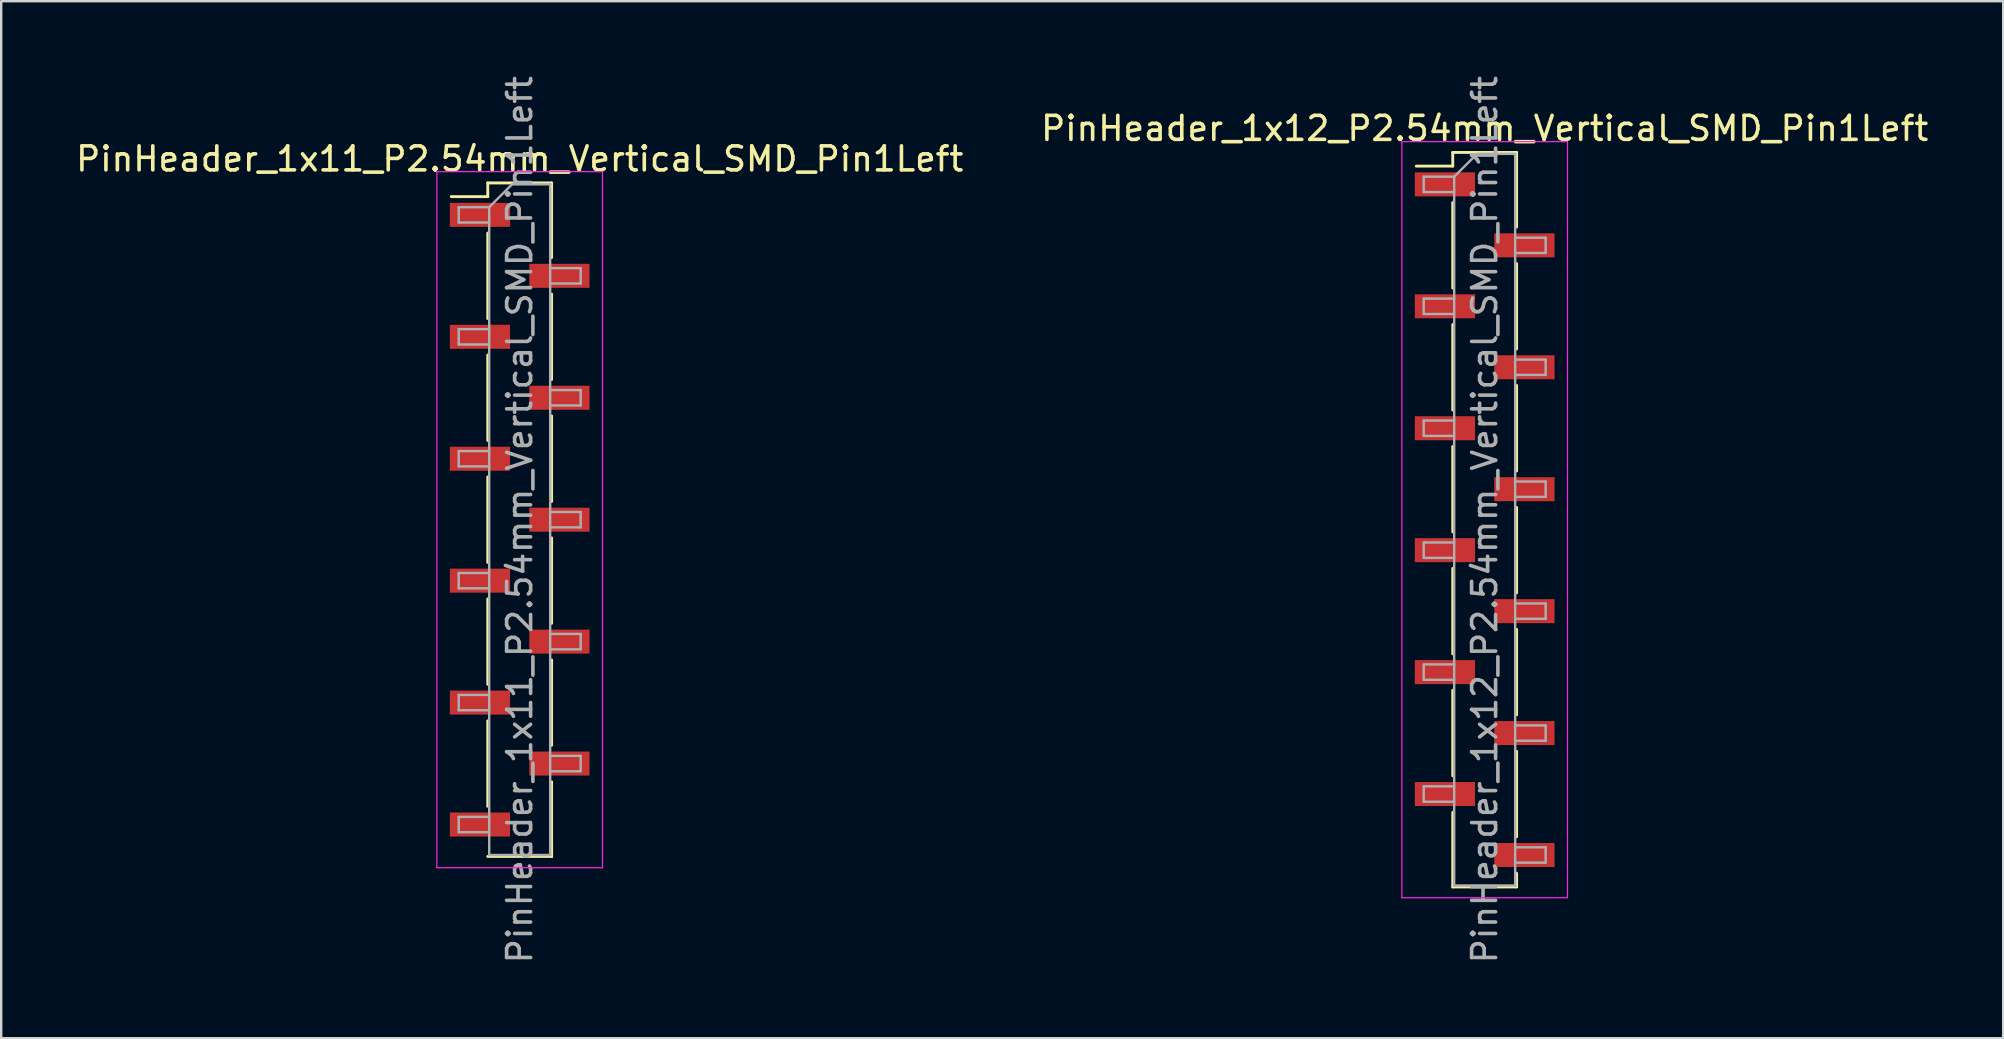
<source format=kicad_pcb>
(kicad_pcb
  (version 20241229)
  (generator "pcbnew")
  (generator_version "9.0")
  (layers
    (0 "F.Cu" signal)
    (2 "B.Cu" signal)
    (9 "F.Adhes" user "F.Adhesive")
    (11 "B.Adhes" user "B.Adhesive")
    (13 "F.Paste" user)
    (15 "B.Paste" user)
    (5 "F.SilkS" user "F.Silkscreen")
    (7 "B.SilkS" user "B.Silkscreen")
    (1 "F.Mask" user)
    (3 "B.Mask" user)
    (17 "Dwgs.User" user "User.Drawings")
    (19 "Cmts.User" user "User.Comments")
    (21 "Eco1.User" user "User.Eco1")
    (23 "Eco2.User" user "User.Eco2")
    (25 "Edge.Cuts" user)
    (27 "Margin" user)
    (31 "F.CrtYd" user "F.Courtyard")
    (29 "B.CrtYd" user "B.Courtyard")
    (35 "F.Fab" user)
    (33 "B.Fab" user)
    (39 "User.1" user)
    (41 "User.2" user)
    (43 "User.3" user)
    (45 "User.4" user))
  (footprint "PinHeader_1x12_P2.54mm_Vertical_SMD_Pin1Left"
    (layer "F.Cu")
    (at 58.804 18.601)
    (property "Reference" "PinHeader_1x12_P2.54mm_Vertical_SMD_Pin1Left" (at 0 -16.3 0) (layer "F.SilkS") (effects (font (size 1 1) (thickness 0.15))))
    (attr smd)
    (fp_line (start -1.33 -15.3) (end -1.33 -14.73) (stroke (width 0.12) (type solid)) (layer "F.SilkS"))
    (fp_line (start -1.33 -15.3) (end 1.33 -15.3) (stroke (width 0.12) (type solid)) (layer "F.SilkS"))
    (fp_line (start -1.33 -14.73) (end -2.85 -14.73) (stroke (width 0.12) (type solid)) (layer "F.SilkS"))
    (fp_line (start -1.33 -13.21) (end -1.33 -9.65) (stroke (width 0.12) (type solid)) (layer "F.SilkS"))
    (fp_line (start -1.33 -8.13) (end -1.33 -4.57) (stroke (width 0.12) (type solid)) (layer "F.SilkS"))
    (fp_line (start -1.33 -3.05) (end -1.33 0.51) (stroke (width 0.12) (type solid)) (layer "F.SilkS"))
    (fp_line (start -1.33 2.03) (end -1.33 5.59) (stroke (width 0.12) (type solid)) (layer "F.SilkS"))
    (fp_line (start -1.33 7.11) (end -1.33 10.67) (stroke (width 0.12) (type solid)) (layer "F.SilkS"))
    (fp_line (start -1.33 12.19) (end -1.33 15.3) (stroke (width 0.12) (type solid)) (layer "F.SilkS"))
    (fp_line (start -1.33 15.3) (end 1.33 15.3) (stroke (width 0.12) (type solid)) (layer "F.SilkS"))
    (fp_line (start 1.33 -15.3) (end 1.33 -12.19) (stroke (width 0.12) (type solid)) (layer "F.SilkS"))
    (fp_line (start 1.33 -10.67) (end 1.33 -7.11) (stroke (width 0.12) (type solid)) (layer "F.SilkS"))
    (fp_line (start 1.33 -5.59) (end 1.33 -2.03) (stroke (width 0.12) (type solid)) (layer "F.SilkS"))
    (fp_line (start 1.33 -0.51) (end 1.33 3.05) (stroke (width 0.12) (type solid)) (layer "F.SilkS"))
    (fp_line (start 1.33 4.57) (end 1.33 8.13) (stroke (width 0.12) (type solid)) (layer "F.SilkS"))
    (fp_line (start 1.33 9.65) (end 1.33 13.21) (stroke (width 0.12) (type solid)) (layer "F.SilkS"))
    (fp_line (start 1.33 14.73) (end 1.33 15.3) (stroke (width 0.12) (type solid)) (layer "F.SilkS"))
    (fp_line (start -3.45 -15.75) (end -3.45 15.75) (stroke (width 0.05) (type solid)) (layer "F.CrtYd"))
    (fp_line (start -3.45 15.75) (end 3.45 15.75) (stroke (width 0.05) (type solid)) (layer "F.CrtYd"))
    (fp_line (start 3.45 -15.75) (end -3.45 -15.75) (stroke (width 0.05) (type solid)) (layer "F.CrtYd"))
    (fp_line (start 3.45 15.75) (end 3.45 -15.75) (stroke (width 0.05) (type solid)) (layer "F.CrtYd"))
    (fp_line (start -2.54 -14.29) (end -2.54 -13.65) (stroke (width 0.1) (type solid)) (layer "F.Fab"))
    (fp_line (start -2.54 -13.65) (end -1.27 -13.65) (stroke (width 0.1) (type solid)) (layer "F.Fab"))
    (fp_line (start -2.54 -9.21) (end -2.54 -8.57) (stroke (width 0.1) (type solid)) (layer "F.Fab"))
    (fp_line (start -2.54 -8.57) (end -1.27 -8.57) (stroke (width 0.1) (type solid)) (layer "F.Fab"))
    (fp_line (start -2.54 -4.13) (end -2.54 -3.49) (stroke (width 0.1) (type solid)) (layer "F.Fab"))
    (fp_line (start -2.54 -3.49) (end -1.27 -3.49) (stroke (width 0.1) (type solid)) (layer "F.Fab"))
    (fp_line (start -2.54 0.95) (end -2.54 1.59) (stroke (width 0.1) (type solid)) (layer "F.Fab"))
    (fp_line (start -2.54 1.59) (end -1.27 1.59) (stroke (width 0.1) (type solid)) (layer "F.Fab"))
    (fp_line (start -2.54 6.03) (end -2.54 6.67) (stroke (width 0.1) (type solid)) (layer "F.Fab"))
    (fp_line (start -2.54 6.67) (end -1.27 6.67) (stroke (width 0.1) (type solid)) (layer "F.Fab"))
    (fp_line (start -2.54 11.11) (end -2.54 11.75) (stroke (width 0.1) (type solid)) (layer "F.Fab"))
    (fp_line (start -2.54 11.75) (end -1.27 11.75) (stroke (width 0.1) (type solid)) (layer "F.Fab"))
    (fp_line (start -1.27 -14.29) (end -2.54 -14.29) (stroke (width 0.1) (type solid)) (layer "F.Fab"))
    (fp_line (start -1.27 -14.29) (end -0.32 -15.24) (stroke (width 0.1) (type solid)) (layer "F.Fab"))
    (fp_line (start -1.27 -9.21) (end -2.54 -9.21) (stroke (width 0.1) (type solid)) (layer "F.Fab"))
    (fp_line (start -1.27 -4.13) (end -2.54 -4.13) (stroke (width 0.1) (type solid)) (layer "F.Fab"))
    (fp_line (start -1.27 0.95) (end -2.54 0.95) (stroke (width 0.1) (type solid)) (layer "F.Fab"))
    (fp_line (start -1.27 6.03) (end -2.54 6.03) (stroke (width 0.1) (type solid)) (layer "F.Fab"))
    (fp_line (start -1.27 11.11) (end -2.54 11.11) (stroke (width 0.1) (type solid)) (layer "F.Fab"))
    (fp_line (start -1.27 15.24) (end -1.27 -14.29) (stroke (width 0.1) (type solid)) (layer "F.Fab"))
    (fp_line (start -0.32 -15.24) (end 1.27 -15.24) (stroke (width 0.1) (type solid)) (layer "F.Fab"))
    (fp_line (start 1.27 -15.24) (end 1.27 15.24) (stroke (width 0.1) (type solid)) (layer "F.Fab"))
    (fp_line (start 1.27 -11.75) (end 2.54 -11.75) (stroke (width 0.1) (type solid)) (layer "F.Fab"))
    (fp_line (start 1.27 -6.67) (end 2.54 -6.67) (stroke (width 0.1) (type solid)) (layer "F.Fab"))
    (fp_line (start 1.27 -1.59) (end 2.54 -1.59) (stroke (width 0.1) (type solid)) (layer "F.Fab"))
    (fp_line (start 1.27 3.49) (end 2.54 3.49) (stroke (width 0.1) (type solid)) (layer "F.Fab"))
    (fp_line (start 1.27 8.57) (end 2.54 8.57) (stroke (width 0.1) (type solid)) (layer "F.Fab"))
    (fp_line (start 1.27 13.65) (end 2.54 13.65) (stroke (width 0.1) (type solid)) (layer "F.Fab"))
    (fp_line (start 1.27 15.24) (end -1.27 15.24) (stroke (width 0.1) (type solid)) (layer "F.Fab"))
    (fp_line (start 2.54 -11.75) (end 2.54 -11.11) (stroke (width 0.1) (type solid)) (layer "F.Fab"))
    (fp_line (start 2.54 -11.11) (end 1.27 -11.11) (stroke (width 0.1) (type solid)) (layer "F.Fab"))
    (fp_line (start 2.54 -6.67) (end 2.54 -6.03) (stroke (width 0.1) (type solid)) (layer "F.Fab"))
    (fp_line (start 2.54 -6.03) (end 1.27 -6.03) (stroke (width 0.1) (type solid)) (layer "F.Fab"))
    (fp_line (start 2.54 -1.59) (end 2.54 -0.95) (stroke (width 0.1) (type solid)) (layer "F.Fab"))
    (fp_line (start 2.54 -0.95) (end 1.27 -0.95) (stroke (width 0.1) (type solid)) (layer "F.Fab"))
    (fp_line (start 2.54 3.49) (end 2.54 4.13) (stroke (width 0.1) (type solid)) (layer "F.Fab"))
    (fp_line (start 2.54 4.13) (end 1.27 4.13) (stroke (width 0.1) (type solid)) (layer "F.Fab"))
    (fp_line (start 2.54 8.57) (end 2.54 9.21) (stroke (width 0.1) (type solid)) (layer "F.Fab"))
    (fp_line (start 2.54 9.21) (end 1.27 9.21) (stroke (width 0.1) (type solid)) (layer "F.Fab"))
    (fp_line (start 2.54 13.65) (end 2.54 14.29) (stroke (width 0.1) (type solid)) (layer "F.Fab"))
    (fp_line (start 2.54 14.29) (end 1.27 14.29) (stroke (width 0.1) (type solid)) (layer "F.Fab"))
    (fp_text user "${REFERENCE}" (at 0 0 90) (layer "F.Fab") (effects (font (size 1 1) (thickness 0.15))))
    (pad "1" smd rect (at -1.655 -13.97) (size 2.51 1) (layers "F.Cu" "F.Mask" "F.Paste"))
    (pad "2" smd rect (at 1.655 -11.43) (size 2.51 1) (layers "F.Cu" "F.Mask" "F.Paste"))
    (pad "3" smd rect (at -1.655 -8.89) (size 2.51 1) (layers "F.Cu" "F.Mask" "F.Paste"))
    (pad "4" smd rect (at 1.655 -6.35) (size 2.51 1) (layers "F.Cu" "F.Mask" "F.Paste"))
    (pad "5" smd rect (at -1.655 -3.81) (size 2.51 1) (layers "F.Cu" "F.Mask" "F.Paste"))
    (pad "6" smd rect (at 1.655 -1.27) (size 2.51 1) (layers "F.Cu" "F.Mask" "F.Paste"))
    (pad "7" smd rect (at -1.655 1.27) (size 2.51 1) (layers "F.Cu" "F.Mask" "F.Paste"))
    (pad "8" smd rect (at 1.655 3.81) (size 2.51 1) (layers "F.Cu" "F.Mask" "F.Paste"))
    (pad "9" smd rect (at -1.655 6.35) (size 2.51 1) (layers "F.Cu" "F.Mask" "F.Paste"))
    (pad "10" smd rect (at 1.655 8.89) (size 2.51 1) (layers "F.Cu" "F.Mask" "F.Paste"))
    (pad "11" smd rect (at -1.655 11.43) (size 2.51 1) (layers "F.Cu" "F.Mask" "F.Paste"))
    (pad "12" smd rect (at 1.655 13.97) (size 2.51 1) (layers "F.Cu" "F.Mask" "F.Paste")))
  (footprint "PinHeader_1x11_P2.54mm_Vertical_SMD_Pin1Left"
    (layer "F.Cu")
    (at 18.601 18.601)
    (property "Reference" "PinHeader_1x11_P2.54mm_Vertical_SMD_Pin1Left" (at 0 -15.03 0) (layer "F.SilkS") (effects (font (size 1 1) (thickness 0.15))))
    (attr smd)
    (fp_line (start -1.33 -14.03) (end -1.33 -13.46) (stroke (width 0.12) (type solid)) (layer "F.SilkS"))
    (fp_line (start -1.33 -14.03) (end 1.33 -14.03) (stroke (width 0.12) (type solid)) (layer "F.SilkS"))
    (fp_line (start -1.33 -13.46) (end -2.85 -13.46) (stroke (width 0.12) (type solid)) (layer "F.SilkS"))
    (fp_line (start -1.33 -11.94) (end -1.33 -8.38) (stroke (width 0.12) (type solid)) (layer "F.SilkS"))
    (fp_line (start -1.33 -6.86) (end -1.33 -3.3) (stroke (width 0.12) (type solid)) (layer "F.SilkS"))
    (fp_line (start -1.33 -1.78) (end -1.33 1.78) (stroke (width 0.12) (type solid)) (layer "F.SilkS"))
    (fp_line (start -1.33 3.3) (end -1.33 6.86) (stroke (width 0.12) (type solid)) (layer "F.SilkS"))
    (fp_line (start -1.33 8.38) (end -1.33 11.94) (stroke (width 0.12) (type solid)) (layer "F.SilkS"))
    (fp_line (start -1.33 14.03) (end 1.33 14.03) (stroke (width 0.12) (type solid)) (layer "F.SilkS"))
    (fp_line (start 1.33 -14.03) (end 1.33 -10.92) (stroke (width 0.12) (type solid)) (layer "F.SilkS"))
    (fp_line (start 1.33 -9.4) (end 1.33 -5.84) (stroke (width 0.12) (type solid)) (layer "F.SilkS"))
    (fp_line (start 1.33 -4.32) (end 1.33 -0.76) (stroke (width 0.12) (type solid)) (layer "F.SilkS"))
    (fp_line (start 1.33 0.76) (end 1.33 4.32) (stroke (width 0.12) (type solid)) (layer "F.SilkS"))
    (fp_line (start 1.33 5.84) (end 1.33 9.4) (stroke (width 0.12) (type solid)) (layer "F.SilkS"))
    (fp_line (start 1.33 10.92) (end 1.33 14.03) (stroke (width 0.12) (type solid)) (layer "F.SilkS"))
    (fp_line (start 1.33 13.46) (end 1.33 14.03) (stroke (width 0.12) (type solid)) (layer "F.SilkS"))
    (fp_line (start -3.45 -14.5) (end -3.45 14.5) (stroke (width 0.05) (type solid)) (layer "F.CrtYd"))
    (fp_line (start -3.45 14.5) (end 3.45 14.5) (stroke (width 0.05) (type solid)) (layer "F.CrtYd"))
    (fp_line (start 3.45 -14.5) (end -3.45 -14.5) (stroke (width 0.05) (type solid)) (layer "F.CrtYd"))
    (fp_line (start 3.45 14.5) (end 3.45 -14.5) (stroke (width 0.05) (type solid)) (layer "F.CrtYd"))
    (fp_line (start -2.54 -13.02) (end -2.54 -12.38) (stroke (width 0.1) (type solid)) (layer "F.Fab"))
    (fp_line (start -2.54 -12.38) (end -1.27 -12.38) (stroke (width 0.1) (type solid)) (layer "F.Fab"))
    (fp_line (start -2.54 -7.94) (end -2.54 -7.3) (stroke (width 0.1) (type solid)) (layer "F.Fab"))
    (fp_line (start -2.54 -7.3) (end -1.27 -7.3) (stroke (width 0.1) (type solid)) (layer "F.Fab"))
    (fp_line (start -2.54 -2.86) (end -2.54 -2.22) (stroke (width 0.1) (type solid)) (layer "F.Fab"))
    (fp_line (start -2.54 -2.22) (end -1.27 -2.22) (stroke (width 0.1) (type solid)) (layer "F.Fab"))
    (fp_line (start -2.54 2.22) (end -2.54 2.86) (stroke (width 0.1) (type solid)) (layer "F.Fab"))
    (fp_line (start -2.54 2.86) (end -1.27 2.86) (stroke (width 0.1) (type solid)) (layer "F.Fab"))
    (fp_line (start -2.54 7.3) (end -2.54 7.94) (stroke (width 0.1) (type solid)) (layer "F.Fab"))
    (fp_line (start -2.54 7.94) (end -1.27 7.94) (stroke (width 0.1) (type solid)) (layer "F.Fab"))
    (fp_line (start -2.54 12.38) (end -2.54 13.02) (stroke (width 0.1) (type solid)) (layer "F.Fab"))
    (fp_line (start -2.54 13.02) (end -1.27 13.02) (stroke (width 0.1) (type solid)) (layer "F.Fab"))
    (fp_line (start -1.27 -13.02) (end -2.54 -13.02) (stroke (width 0.1) (type solid)) (layer "F.Fab"))
    (fp_line (start -1.27 -13.02) (end -0.32 -13.97) (stroke (width 0.1) (type solid)) (layer "F.Fab"))
    (fp_line (start -1.27 -7.94) (end -2.54 -7.94) (stroke (width 0.1) (type solid)) (layer "F.Fab"))
    (fp_line (start -1.27 -2.86) (end -2.54 -2.86) (stroke (width 0.1) (type solid)) (layer "F.Fab"))
    (fp_line (start -1.27 2.22) (end -2.54 2.22) (stroke (width 0.1) (type solid)) (layer "F.Fab"))
    (fp_line (start -1.27 7.3) (end -2.54 7.3) (stroke (width 0.1) (type solid)) (layer "F.Fab"))
    (fp_line (start -1.27 12.38) (end -2.54 12.38) (stroke (width 0.1) (type solid)) (layer "F.Fab"))
    (fp_line (start -1.27 13.97) (end -1.27 -13.02) (stroke (width 0.1) (type solid)) (layer "F.Fab"))
    (fp_line (start -0.32 -13.97) (end 1.27 -13.97) (stroke (width 0.1) (type solid)) (layer "F.Fab"))
    (fp_line (start 1.27 -13.97) (end 1.27 13.97) (stroke (width 0.1) (type solid)) (layer "F.Fab"))
    (fp_line (start 1.27 -10.48) (end 2.54 -10.48) (stroke (width 0.1) (type solid)) (layer "F.Fab"))
    (fp_line (start 1.27 -5.4) (end 2.54 -5.4) (stroke (width 0.1) (type solid)) (layer "F.Fab"))
    (fp_line (start 1.27 -0.32) (end 2.54 -0.32) (stroke (width 0.1) (type solid)) (layer "F.Fab"))
    (fp_line (start 1.27 4.76) (end 2.54 4.76) (stroke (width 0.1) (type solid)) (layer "F.Fab"))
    (fp_line (start 1.27 9.84) (end 2.54 9.84) (stroke (width 0.1) (type solid)) (layer "F.Fab"))
    (fp_line (start 1.27 13.97) (end -1.27 13.97) (stroke (width 0.1) (type solid)) (layer "F.Fab"))
    (fp_line (start 2.54 -10.48) (end 2.54 -9.84) (stroke (width 0.1) (type solid)) (layer "F.Fab"))
    (fp_line (start 2.54 -9.84) (end 1.27 -9.84) (stroke (width 0.1) (type solid)) (layer "F.Fab"))
    (fp_line (start 2.54 -5.4) (end 2.54 -4.76) (stroke (width 0.1) (type solid)) (layer "F.Fab"))
    (fp_line (start 2.54 -4.76) (end 1.27 -4.76) (stroke (width 0.1) (type solid)) (layer "F.Fab"))
    (fp_line (start 2.54 -0.32) (end 2.54 0.32) (stroke (width 0.1) (type solid)) (layer "F.Fab"))
    (fp_line (start 2.54 0.32) (end 1.27 0.32) (stroke (width 0.1) (type solid)) (layer "F.Fab"))
    (fp_line (start 2.54 4.76) (end 2.54 5.4) (stroke (width 0.1) (type solid)) (layer "F.Fab"))
    (fp_line (start 2.54 5.4) (end 1.27 5.4) (stroke (width 0.1) (type solid)) (layer "F.Fab"))
    (fp_line (start 2.54 9.84) (end 2.54 10.48) (stroke (width 0.1) (type solid)) (layer "F.Fab"))
    (fp_line (start 2.54 10.48) (end 1.27 10.48) (stroke (width 0.1) (type solid)) (layer "F.Fab"))
    (fp_text user "${REFERENCE}" (at 0 0 90) (layer "F.Fab") (effects (font (size 1 1) (thickness 0.15))))
    (pad "1" smd rect (at -1.655 -12.7) (size 2.51 1) (layers "F.Cu" "F.Mask" "F.Paste"))
    (pad "2" smd rect (at 1.655 -10.16) (size 2.51 1) (layers "F.Cu" "F.Mask" "F.Paste"))
    (pad "3" smd rect (at -1.655 -7.62) (size 2.51 1) (layers "F.Cu" "F.Mask" "F.Paste"))
    (pad "4" smd rect (at 1.655 -5.08) (size 2.51 1) (layers "F.Cu" "F.Mask" "F.Paste"))
    (pad "5" smd rect (at -1.655 -2.54) (size 2.51 1) (layers "F.Cu" "F.Mask" "F.Paste"))
    (pad "6" smd rect (at 1.655 0) (size 2.51 1) (layers "F.Cu" "F.Mask" "F.Paste"))
    (pad "7" smd rect (at -1.655 2.54) (size 2.51 1) (layers "F.Cu" "F.Mask" "F.Paste"))
    (pad "8" smd rect (at 1.655 5.08) (size 2.51 1) (layers "F.Cu" "F.Mask" "F.Paste"))
    (pad "9" smd rect (at -1.655 7.62) (size 2.51 1) (layers "F.Cu" "F.Mask" "F.Paste"))
    (pad "10" smd rect (at 1.655 10.16) (size 2.51 1) (layers "F.Cu" "F.Mask" "F.Paste"))
    (pad "11" smd rect (at -1.655 12.7) (size 2.51 1) (layers "F.Cu" "F.Mask" "F.Paste")))
  (gr_rect
    (start -3 -3)
    (end 80.405 40.202)
    (stroke (width 0.1) (type default))
    (fill no)
    (layer "Edge.Cuts")))
</source>
